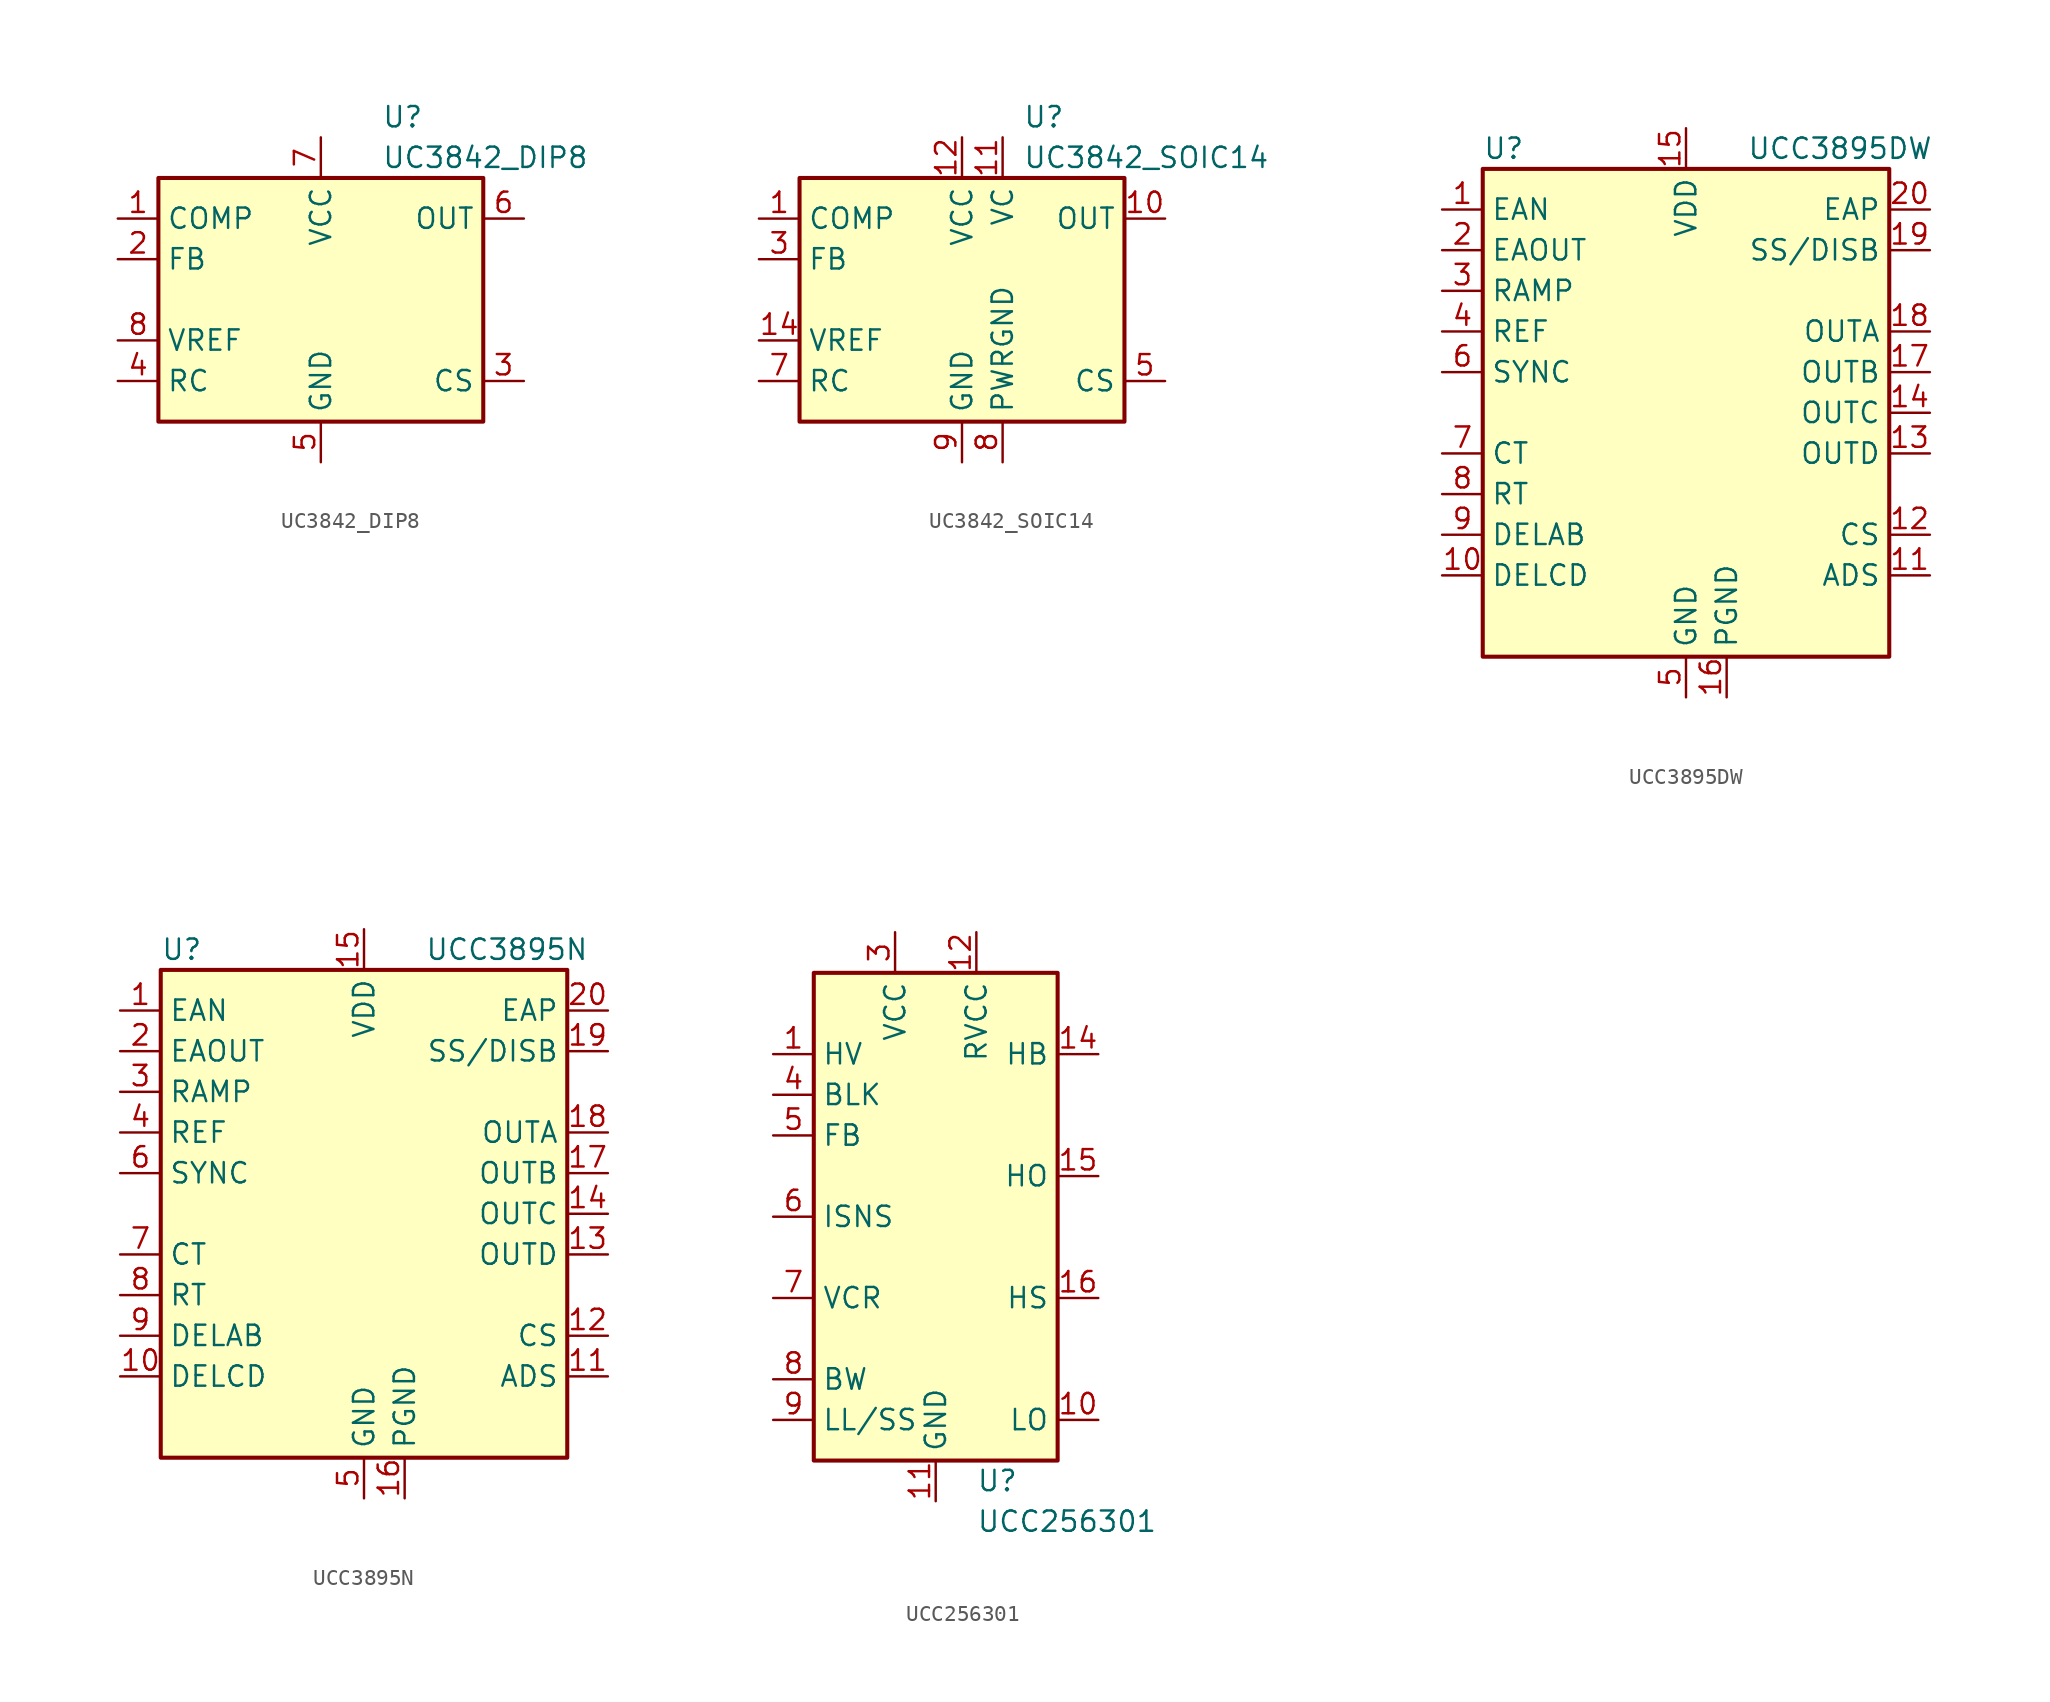
<source format=kicad_sym>
(kicad_symbol_lib
  (version 20201005)
  (generator kicad_symbol_editor)
  (symbol "UC3842_DIP8"
    (property "Reference" "U"
      (at 3.81 11.43 0)
      (effects (font (size 1.27 1.27)) (justify left)))
    (property "Value" "UC3842_DIP8"
      (at 3.81 8.89 0)
      (effects (font (size 1.27 1.27)) (justify left)))
    (symbol "UC3842_DIP8_0_1"
      (rectangle (start -10.16 -7.62) (end 10.16 7.62) (stroke (width 0.254)) (fill (type background))))
    (symbol "UC3842_DIP8_1_1"
      (pin passive line (at -12.7 5.08 0) (length 2.54) (name "COMP" (effects (font (size 1.27 1.27)))) (number "1" (effects (font (size 1.27 1.27)))))
      (pin input line (at -12.7 2.54 0) (length 2.54) (name "FB" (effects (font (size 1.27 1.27)))) (number "2" (effects (font (size 1.27 1.27)))))
      (pin input line (at 12.7 -5.08 180) (length 2.54) (name "CS" (effects (font (size 1.27 1.27)))) (number "3" (effects (font (size 1.27 1.27)))))
      (pin passive line (at -12.7 -5.08 0) (length 2.54) (name "RC" (effects (font (size 1.27 1.27)))) (number "4" (effects (font (size 1.27 1.27)))))
      (pin power_in line (at 0 -10.16 90) (length 2.54) (name "GND" (effects (font (size 1.27 1.27)))) (number "5" (effects (font (size 1.27 1.27)))))
      (pin output line (at 12.7 5.08 180) (length 2.54) (name "OUT" (effects (font (size 1.27 1.27)))) (number "6" (effects (font (size 1.27 1.27)))))
      (pin power_in line (at 0 10.16 270) (length 2.54) (name "VCC" (effects (font (size 1.27 1.27)))) (number "7" (effects (font (size 1.27 1.27)))))
      (pin power_out line (at -12.7 -2.54 0) (length 2.54) (name "VREF" (effects (font (size 1.27 1.27)))) (number "8" (effects (font (size 1.27 1.27)))))))
  (symbol "UC3842_SOIC14"
    (property "Reference" "U"
      (at 3.81 11.43 0)
      (effects (font (size 1.27 1.27)) (justify left)))
    (property "Value" "UC3842_SOIC14"
      (at 3.81 8.89 0)
      (effects (font (size 1.27 1.27)) (justify left)))
    (symbol "UC3842_SOIC14_0_1"
      (rectangle (start -10.16 -7.62) (end 10.16 7.62) (stroke (width 0.254)) (fill (type background))))
    (symbol "UC3842_SOIC14_1_1"
      (pin passive line (at -12.7 5.08 0) (length 2.54) (name "COMP" (effects (font (size 1.27 1.27)))) (number "1" (effects (font (size 1.27 1.27)))))
      (pin output line (at 12.7 5.08 180) (length 2.54) (name "OUT" (effects (font (size 1.27 1.27)))) (number "10" (effects (font (size 1.27 1.27)))))
      (pin power_in line (at 2.54 10.16 270) (length 2.54) (name "VC" (effects (font (size 1.27 1.27)))) (number "11" (effects (font (size 1.27 1.27)))))
      (pin power_in line (at 0 10.16 270) (length 2.54) (name "VCC" (effects (font (size 1.27 1.27)))) (number "12" (effects (font (size 1.27 1.27)))))
      (pin no_connect line (at -2.54 -7.62 90) (length 2.54) hide (name "NC" (effects (font (size 1.27 1.27)))) (number "13" (effects (font (size 1.27 1.27)))))
      (pin power_out line (at -12.7 -2.54 0) (length 2.54) (name "VREF" (effects (font (size 1.27 1.27)))) (number "14" (effects (font (size 1.27 1.27)))))
      (pin no_connect line (at -10.16 -7.62 90) (length 2.54) hide (name "NC" (effects (font (size 1.27 1.27)))) (number "2" (effects (font (size 1.27 1.27)))))
      (pin input line (at -12.7 2.54 0) (length 2.54) (name "FB" (effects (font (size 1.27 1.27)))) (number "3" (effects (font (size 1.27 1.27)))))
      (pin no_connect line (at -7.62 -7.62 90) (length 2.54) hide (name "NC" (effects (font (size 1.27 1.27)))) (number "4" (effects (font (size 1.27 1.27)))))
      (pin input line (at 12.7 -5.08 180) (length 2.54) (name "CS" (effects (font (size 1.27 1.27)))) (number "5" (effects (font (size 1.27 1.27)))))
      (pin no_connect line (at -5.08 -7.62 90) (length 2.54) hide (name "NC" (effects (font (size 1.27 1.27)))) (number "6" (effects (font (size 1.27 1.27)))))
      (pin passive line (at -12.7 -5.08 0) (length 2.54) (name "RC" (effects (font (size 1.27 1.27)))) (number "7" (effects (font (size 1.27 1.27)))))
      (pin power_in line (at 2.54 -10.16 90) (length 2.54) (name "PWRGND" (effects (font (size 1.27 1.27)))) (number "8" (effects (font (size 1.27 1.27)))))
      (pin power_in line (at 0 -10.16 90) (length 2.54) (name "GND" (effects (font (size 1.27 1.27)))) (number "9" (effects (font (size 1.27 1.27)))))))
  (symbol "UCC3895DW"
    (property "Reference" "U"
      (at -12.7 16.51 0)
      (effects (font (size 1.27 1.27)) (justify left)))
    (property "Value" "UCC3895DW"
      (at 3.81 16.51 0)
      (effects (font (size 1.27 1.27)) (justify left)))
    (symbol "UCC3895DW_0_1"
      (rectangle (start -12.7 15.24) (end 12.7 -15.24) (stroke (width 0.254)) (fill (type background))))
    (symbol "UCC3895DW_1_1"
      (pin input line (at -15.24 12.7 0) (length 2.54) (name "EAN" (effects (font (size 1.27 1.27)))) (number "1" (effects (font (size 1.27 1.27)))))
      (pin passive line (at -15.24 -10.16 0) (length 2.54) (name "DELCD" (effects (font (size 1.27 1.27)))) (number "10" (effects (font (size 1.27 1.27)))))
      (pin input line (at 15.24 -10.16 180) (length 2.54) (name "ADS" (effects (font (size 1.27 1.27)))) (number "11" (effects (font (size 1.27 1.27)))))
      (pin input line (at 15.24 -7.62 180) (length 2.54) (name "CS" (effects (font (size 1.27 1.27)))) (number "12" (effects (font (size 1.27 1.27)))))
      (pin output line (at 15.24 -2.54 180) (length 2.54) (name "OUTD" (effects (font (size 1.27 1.27)))) (number "13" (effects (font (size 1.27 1.27)))))
      (pin output line (at 15.24 0 180) (length 2.54) (name "OUTC" (effects (font (size 1.27 1.27)))) (number "14" (effects (font (size 1.27 1.27)))))
      (pin power_in line (at 0 17.78 270) (length 2.54) (name "VDD" (effects (font (size 1.27 1.27)))) (number "15" (effects (font (size 1.27 1.27)))))
      (pin power_in line (at 2.54 -17.78 90) (length 2.54) (name "PGND" (effects (font (size 1.27 1.27)))) (number "16" (effects (font (size 1.27 1.27)))))
      (pin output line (at 15.24 2.54 180) (length 2.54) (name "OUTB" (effects (font (size 1.27 1.27)))) (number "17" (effects (font (size 1.27 1.27)))))
      (pin output line (at 15.24 5.08 180) (length 2.54) (name "OUTA" (effects (font (size 1.27 1.27)))) (number "18" (effects (font (size 1.27 1.27)))))
      (pin passive line (at 15.24 10.16 180) (length 2.54) (name "SS/DISB" (effects (font (size 1.27 1.27)))) (number "19" (effects (font (size 1.27 1.27)))))
      (pin bidirectional line (at -15.24 10.16 0) (length 2.54) (name "EAOUT" (effects (font (size 1.27 1.27)))) (number "2" (effects (font (size 1.27 1.27)))))
      (pin input line (at 15.24 12.7 180) (length 2.54) (name "EAP" (effects (font (size 1.27 1.27)))) (number "20" (effects (font (size 1.27 1.27)))))
      (pin input line (at -15.24 7.62 0) (length 2.54) (name "RAMP" (effects (font (size 1.27 1.27)))) (number "3" (effects (font (size 1.27 1.27)))))
      (pin output line (at -15.24 5.08 0) (length 2.54) (name "REF" (effects (font (size 1.27 1.27)))) (number "4" (effects (font (size 1.27 1.27)))))
      (pin power_in line (at 0 -17.78 90) (length 2.54) (name "GND" (effects (font (size 1.27 1.27)))) (number "5" (effects (font (size 1.27 1.27)))))
      (pin bidirectional line (at -15.24 2.54 0) (length 2.54) (name "SYNC" (effects (font (size 1.27 1.27)))) (number "6" (effects (font (size 1.27 1.27)))))
      (pin passive line (at -15.24 -2.54 0) (length 2.54) (name "CT" (effects (font (size 1.27 1.27)))) (number "7" (effects (font (size 1.27 1.27)))))
      (pin passive line (at -15.24 -5.08 0) (length 2.54) (name "RT" (effects (font (size 1.27 1.27)))) (number "8" (effects (font (size 1.27 1.27)))))
      (pin passive line (at -15.24 -7.62 0) (length 2.54) (name "DELAB" (effects (font (size 1.27 1.27)))) (number "9" (effects (font (size 1.27 1.27)))))))
  (symbol "UCC3895N"
    (property "Reference" "U"
      (at -12.7 16.51 0)
      (effects (font (size 1.27 1.27)) (justify left)))
    (property "Value" "UCC3895N"
      (at 3.81 16.51 0)
      (effects (font (size 1.27 1.27)) (justify left)))
    (symbol "UCC3895N_0_1"
      (rectangle (start -12.7 15.24) (end 12.7 -15.24) (stroke (width 0.254)) (fill (type background))))
    (symbol "UCC3895N_1_1"
      (pin input line (at -15.24 12.7 0) (length 2.54) (name "EAN" (effects (font (size 1.27 1.27)))) (number "1" (effects (font (size 1.27 1.27)))))
      (pin passive line (at -15.24 -10.16 0) (length 2.54) (name "DELCD" (effects (font (size 1.27 1.27)))) (number "10" (effects (font (size 1.27 1.27)))))
      (pin input line (at 15.24 -10.16 180) (length 2.54) (name "ADS" (effects (font (size 1.27 1.27)))) (number "11" (effects (font (size 1.27 1.27)))))
      (pin input line (at 15.24 -7.62 180) (length 2.54) (name "CS" (effects (font (size 1.27 1.27)))) (number "12" (effects (font (size 1.27 1.27)))))
      (pin output line (at 15.24 -2.54 180) (length 2.54) (name "OUTD" (effects (font (size 1.27 1.27)))) (number "13" (effects (font (size 1.27 1.27)))))
      (pin output line (at 15.24 0 180) (length 2.54) (name "OUTC" (effects (font (size 1.27 1.27)))) (number "14" (effects (font (size 1.27 1.27)))))
      (pin power_in line (at 0 17.78 270) (length 2.54) (name "VDD" (effects (font (size 1.27 1.27)))) (number "15" (effects (font (size 1.27 1.27)))))
      (pin power_in line (at 2.54 -17.78 90) (length 2.54) (name "PGND" (effects (font (size 1.27 1.27)))) (number "16" (effects (font (size 1.27 1.27)))))
      (pin output line (at 15.24 2.54 180) (length 2.54) (name "OUTB" (effects (font (size 1.27 1.27)))) (number "17" (effects (font (size 1.27 1.27)))))
      (pin output line (at 15.24 5.08 180) (length 2.54) (name "OUTA" (effects (font (size 1.27 1.27)))) (number "18" (effects (font (size 1.27 1.27)))))
      (pin passive line (at 15.24 10.16 180) (length 2.54) (name "SS/DISB" (effects (font (size 1.27 1.27)))) (number "19" (effects (font (size 1.27 1.27)))))
      (pin bidirectional line (at -15.24 10.16 0) (length 2.54) (name "EAOUT" (effects (font (size 1.27 1.27)))) (number "2" (effects (font (size 1.27 1.27)))))
      (pin input line (at 15.24 12.7 180) (length 2.54) (name "EAP" (effects (font (size 1.27 1.27)))) (number "20" (effects (font (size 1.27 1.27)))))
      (pin input line (at -15.24 7.62 0) (length 2.54) (name "RAMP" (effects (font (size 1.27 1.27)))) (number "3" (effects (font (size 1.27 1.27)))))
      (pin output line (at -15.24 5.08 0) (length 2.54) (name "REF" (effects (font (size 1.27 1.27)))) (number "4" (effects (font (size 1.27 1.27)))))
      (pin power_in line (at 0 -17.78 90) (length 2.54) (name "GND" (effects (font (size 1.27 1.27)))) (number "5" (effects (font (size 1.27 1.27)))))
      (pin bidirectional line (at -15.24 2.54 0) (length 2.54) (name "SYNC" (effects (font (size 1.27 1.27)))) (number "6" (effects (font (size 1.27 1.27)))))
      (pin passive line (at -15.24 -2.54 0) (length 2.54) (name "CT" (effects (font (size 1.27 1.27)))) (number "7" (effects (font (size 1.27 1.27)))))
      (pin passive line (at -15.24 -5.08 0) (length 2.54) (name "RT" (effects (font (size 1.27 1.27)))) (number "8" (effects (font (size 1.27 1.27)))))
      (pin passive line (at -15.24 -7.62 0) (length 2.54) (name "DELAB" (effects (font (size 1.27 1.27)))) (number "9" (effects (font (size 1.27 1.27)))))))
  (symbol "UCC256301"
    (property "Reference" "U"
      (at 2.54 -16.51 0)
      (effects (font (size 1.27 1.27)) (justify left)))
    (property "Value" "UCC256301"
      (at 2.54 -19.05 0)
      (effects (font (size 1.27 1.27)) (justify left)))
    (symbol "UCC256301_0_1"
      (rectangle (start -7.62 15.24) (end 7.62 -15.24) (stroke (width 0.254)) (fill (type background))))
    (symbol "UCC256301_1_1"
      (pin input line (at -10.16 10.16 0) (length 2.54) (name "HV" (effects (font (size 1.27 1.27)))) (number "1" (effects (font (size 1.27 1.27)))))
      (pin output line (at 10.16 -12.7 180) (length 2.54) (name "LO" (effects (font (size 1.27 1.27)))) (number "10" (effects (font (size 1.27 1.27)))))
      (pin power_in line (at 0 -17.78 90) (length 2.54) (name "GND" (effects (font (size 1.27 1.27)))) (number "11" (effects (font (size 1.27 1.27)))))
      (pin power_out line (at 2.54 17.78 270) (length 2.54) (name "RVCC" (effects (font (size 1.27 1.27)))) (number "12" (effects (font (size 1.27 1.27)))))
      (pin input line (at 10.16 10.16 180) (length 2.54) (name "HB" (effects (font (size 1.27 1.27)))) (number "14" (effects (font (size 1.27 1.27)))))
      (pin output line (at 10.16 2.54 180) (length 2.54) (name "HO" (effects (font (size 1.27 1.27)))) (number "15" (effects (font (size 1.27 1.27)))))
      (pin input line (at 10.16 -5.08 180) (length 2.54) (name "HS" (effects (font (size 1.27 1.27)))) (number "16" (effects (font (size 1.27 1.27)))))
      (pin power_in line (at -2.54 17.78 270) (length 2.54) (name "VCC" (effects (font (size 1.27 1.27)))) (number "3" (effects (font (size 1.27 1.27)))))
      (pin input line (at -10.16 7.62 0) (length 2.54) (name "BLK" (effects (font (size 1.27 1.27)))) (number "4" (effects (font (size 1.27 1.27)))))
      (pin input line (at -10.16 5.08 0) (length 2.54) (name "FB" (effects (font (size 1.27 1.27)))) (number "5" (effects (font (size 1.27 1.27)))))
      (pin input line (at -10.16 0 0) (length 2.54) (name "ISNS" (effects (font (size 1.27 1.27)))) (number "6" (effects (font (size 1.27 1.27)))))
      (pin input line (at -10.16 -5.08 0) (length 2.54) (name "VCR" (effects (font (size 1.27 1.27)))) (number "7" (effects (font (size 1.27 1.27)))))
      (pin input line (at -10.16 -10.16 0) (length 2.54) (name "BW" (effects (font (size 1.27 1.27)))) (number "8" (effects (font (size 1.27 1.27)))))
      (pin input line (at -10.16 -12.7 0) (length 2.54) (name "LL/SS" (effects (font (size 1.27 1.27)))) (number "9" (effects (font (size 1.27 1.27))))))))
</source>
